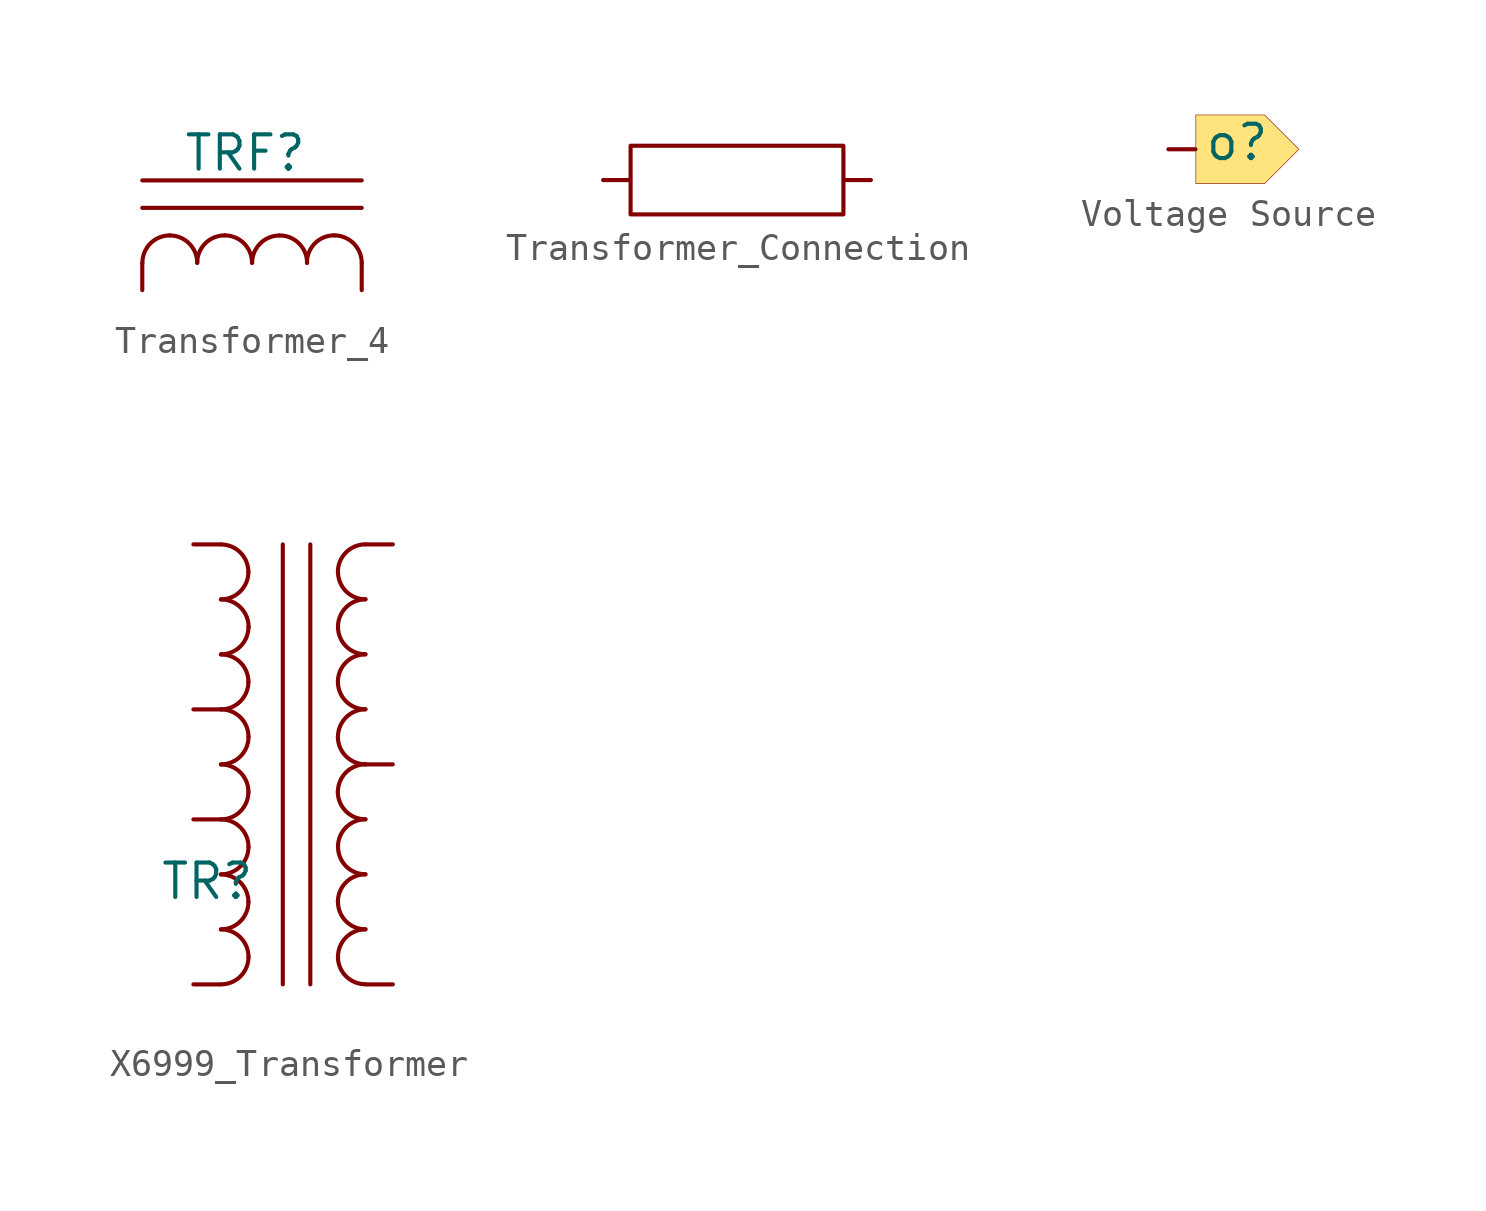
<source format=kicad_sym>
(kicad_symbol_lib
  (version 20231120)
  (generator "kicad_symbol_editor")
  (generator_version "8.0")
  (symbol "Transformer_4"
    (property "Reference" "TRF"
      (at 3.81 5.08 0)
      (effects (font (size 1.27 1.27))))
    (property "Value" ""
      (at 0 0 0)
      (effects (font (size 1.27 1.27))))
    (symbol "Transformer_4_0_1"
      (polyline (pts (xy 0 4.064) (xy 8.128 4.064)) (stroke (width 0) (type default)) (fill (type none)))
      (polyline (pts (xy 8.128 3.048) (xy 0 3.048)) (stroke (width 0) (type default)) (fill (type none)))
      (arc (start 1.02 2.026) (mid 0.3001 1.7299) (end 0.004 1.01) (stroke (width 0) (type default)) (fill (type none)))
      (arc (start 2.034 1.01) (mid 1.7358 1.7278) (end 1.018 2.026) (stroke (width 0) (type default)) (fill (type none)))
      (arc (start 3.051 2.029) (mid 2.3317 1.7323) (end 2.035 1.013) (stroke (width 0) (type default)) (fill (type none)))
      (arc (start 4.065 1.013) (mid 3.7678 1.7324) (end 3.049 2.029) (stroke (width 0) (type default)) (fill (type none)))
      (arc (start 5.084 2.026) (mid 4.3647 1.7293) (end 4.068 1.01) (stroke (width 0) (type default)) (fill (type none)))
      (arc (start 6.098 1.01) (mid 5.8007 1.7287) (end 5.082 2.026) (stroke (width 0) (type default)) (fill (type none)))
      (arc (start 7.115 2.029) (mid 6.3957 1.7323) (end 6.099 1.013) (stroke (width 0) (type default)) (fill (type none)))
      (arc (start 8.129 1.013) (mid 7.8303 1.7303) (end 7.113 2.029) (stroke (width 0) (type default)) (fill (type none))))
    (symbol "Transformer_4_1_1"
      (pin power_out line (at 0 0 90) (length 1) (name "" (effects (font (size 1.27 1.27)))) (number "" (effects (font (size 1.27 1.27)))))
      (pin power_out line (at 8.128 0 90) (length 1) (name "" (effects (font (size 1.27 1.27)))) (number "" (effects (font (size 1.27 1.27)))))))
  (symbol "Transformer_Connection"
    (property "Reference" "TC"
      (at -1.016 2.032 0)
      (effects (font (size 1.27 1.27)) (hide yes)))
    (property "Value" ""
      (at -1.016 2.032 0)
      (effects (font (size 1.27 1.27))))
    (symbol "Transformer_Connection_0_1"
      (rectangle (start -4.064 1.27) (end 3.81 -1.27) (stroke (width 0) (type default)) (fill (type none))))
    (symbol "Transformer_Connection_1_1"
      (pin power_in line (at -5.08 0 0) (length 1) (name "" (effects (font (size 1.27 1.27)))) (number "" (effects (font (size 1.27 1.27)))))
      (pin power_out line (at 4.826 0 180) (length 1) (name "" (effects (font (size 1.27 1.27)))) (number "" (effects (font (size 1.27 1.27)))))))
  (symbol "Voltage Source"
    (property "Reference" "o"
      (at -1.016 0.254 0)
      (effects (font (size 1.27 1.27))))
    (property "Value" ""
      (at 0 0 0)
      (effects (font (size 1.27 1.27))))
    (symbol "Voltage Source_1_1"
      (polyline (pts (xy -2.54 1.27) (xy 0 1.27) (xy 1.27 0) (xy 0 -1.27) (xy -2.54 -1.27) (xy -2.54 1.27)) (stroke (width 0.003) (type default)) (fill (type color) (color 255 228 125 1)))
      (pin input line (at -3.556 0 0) (length 1) (name "" (effects (font (size 0.889 0.889)))) (number "" (effects (font (size 0.889 0.889)))))))
  (symbol "X6999_Transformer"
    (property "Reference" "TR"
      (at -0.254 4.064 0)
      (effects (font (size 1.27 1.27))))
    (property "Value" ""
      (at -0.254 4.064 0)
      (effects (font (size 1.27 1.27))))
    (symbol "X6999_Transformer_0_1"
      (polyline (pts (xy 2.54 0.254) (xy 2.54 16.51)) (stroke (width 0) (type default)) (fill (type none)))
      (polyline (pts (xy 3.556 16.51) (xy 3.556 0.254)) (stroke (width 0) (type default)) (fill (type none)))
      (arc (start 0.2536 2.2864) (mid 0.9721 2.5839) (end 1.2696 3.3024) (stroke (width 0) (type default)) (fill (type none)))
      (arc (start 0.2536 10.4144) (mid 0.9721 10.7119) (end 1.2696 11.4304) (stroke (width 0) (type default)) (fill (type none)))
      (arc (start 0.2536 14.4784) (mid 0.9721 14.7759) (end 1.2696 15.4944) (stroke (width 0) (type default)) (fill (type none)))
      (arc (start 0.254 6.35) (mid 0.9724 6.6476) (end 1.27 7.366) (stroke (width 0) (type default)) (fill (type none)))
      (arc (start 0.2566 0.2554) (mid 0.9768 0.5523) (end 1.2726 1.2714) (stroke (width 0) (type default)) (fill (type none)))
      (arc (start 0.2566 4.3194) (mid 0.9754 4.6166) (end 1.2726 5.3354) (stroke (width 0) (type default)) (fill (type none)))
      (arc (start 0.2566 8.3834) (mid 0.9768 8.6803) (end 1.2726 9.3994) (stroke (width 0) (type default)) (fill (type none)))
      (arc (start 0.2566 12.4474) (mid 0.9754 12.7446) (end 1.2726 13.4634) (stroke (width 0) (type default)) (fill (type none)))
      (arc (start 1.267 15.491) (mid 0.9703 16.2103) (end 0.251 16.507) (stroke (width 0) (type default)) (fill (type none)))
      (arc (start 1.2696 3.3004) (mid 0.9724 4.019) (end 0.2536 4.3164) (stroke (width 0) (type default)) (fill (type none)))
      (arc (start 1.2696 11.4284) (mid 0.973 12.1476) (end 0.2536 12.4444) (stroke (width 0) (type default)) (fill (type none)))
      (arc (start 1.27 7.364) (mid 0.9733 8.0833) (end 0.254 8.38) (stroke (width 0) (type default)) (fill (type none)))
      (arc (start 1.2726 1.2694) (mid 0.9754 1.988) (end 0.2566 2.2854) (stroke (width 0) (type default)) (fill (type none)))
      (arc (start 1.2726 5.3334) (mid 0.9754 6.052) (end 0.2566 6.3494) (stroke (width 0) (type default)) (fill (type none)))
      (arc (start 1.2726 9.3974) (mid 0.9757 10.1163) (end 0.2566 10.4134) (stroke (width 0) (type default)) (fill (type none)))
      (arc (start 1.2726 13.4614) (mid 0.9757 14.1803) (end 0.2566 14.4774) (stroke (width 0) (type default)) (fill (type none)))
      (arc (start 4.575 3.305) (mid 4.8717 2.5857) (end 5.591 2.289) (stroke (width 0) (type default)) (fill (type none)))
      (arc (start 4.575 7.369) (mid 4.8717 6.6497) (end 5.591 6.353) (stroke (width 0) (type default)) (fill (type none)))
      (arc (start 4.575 11.433) (mid 4.8717 10.7137) (end 5.591 10.417) (stroke (width 0) (type default)) (fill (type none)))
      (arc (start 4.575 15.497) (mid 4.8717 14.7777) (end 5.591 14.481) (stroke (width 0) (type default)) (fill (type none)))
      (arc (start 4.578 1.274) (mid 4.8741 0.5541) (end 5.594 0.258) (stroke (width 0) (type default)) (fill (type none)))
      (arc (start 4.578 5.338) (mid 4.8747 4.6187) (end 5.594 4.322) (stroke (width 0) (type default)) (fill (type none)))
      (arc (start 4.578 9.402) (mid 4.8743 8.6817) (end 5.594 8.386) (stroke (width 0) (type default)) (fill (type none)))
      (arc (start 4.578 13.466) (mid 4.8747 12.7467) (end 5.594 12.45) (stroke (width 0) (type default)) (fill (type none)))
      (arc (start 5.591 4.319) (mid 4.8716 4.0218) (end 4.575 3.303) (stroke (width 0) (type default)) (fill (type none)))
      (arc (start 5.591 8.383) (mid 4.8737 8.0843) (end 4.575 7.367) (stroke (width 0) (type default)) (fill (type none)))
      (arc (start 5.591 12.447) (mid 4.8722 12.1493) (end 4.575 11.431) (stroke (width 0) (type default)) (fill (type none)))
      (arc (start 5.591 16.511) (mid 4.8743 16.2129) (end 4.575 15.495) (stroke (width 0) (type default)) (fill (type none)))
      (arc (start 5.594 2.288) (mid 4.8762 1.9898) (end 4.578 1.272) (stroke (width 0) (type default)) (fill (type none)))
      (arc (start 5.594 6.352) (mid 4.8753 6.0547) (end 4.578 5.336) (stroke (width 0) (type default)) (fill (type none)))
      (arc (start 5.594 10.416) (mid 4.8771 10.1187) (end 4.578 9.4) (stroke (width 0) (type default)) (fill (type none)))
      (arc (start 5.594 14.48) (mid 4.8757 14.1829) (end 4.578 13.464) (stroke (width 0) (type default)) (fill (type none))))
    (symbol "X6999_Transformer_1_1"
      (pin power_in line (at -0.762 0.254 0) (length 1) (name "" (effects (font (size 1.27 1.27)))) (number "" (effects (font (size 1.27 1.27)))))
      (pin power_in line (at -0.762 6.35 0) (length 1) (name "" (effects (font (size 1.27 1.27)))) (number "" (effects (font (size 1.27 1.27)))))
      (pin power_in line (at -0.762 10.414 0) (length 1) (name "" (effects (font (size 1.27 1.27)))) (number "" (effects (font (size 1.27 1.27)))))
      (pin power_in line (at -0.762 16.51 0) (length 1) (name "" (effects (font (size 1.27 1.27)))) (number "" (effects (font (size 1.27 1.27)))))
      (pin power_out line (at 6.604 0.254 180) (length 1) (name "" (effects (font (size 1.27 1.27)))) (number "" (effects (font (size 1.27 1.27)))))
      (pin power_out line (at 6.604 8.382 180) (length 1) (name "" (effects (font (size 1.27 1.27)))) (number "" (effects (font (size 1.27 1.27)))))
      (pin power_out line (at 6.604 16.51 180) (length 1) (name "" (effects (font (size 1.27 1.27)))) (number "" (effects (font (size 1.27 1.27))))))))
</source>
